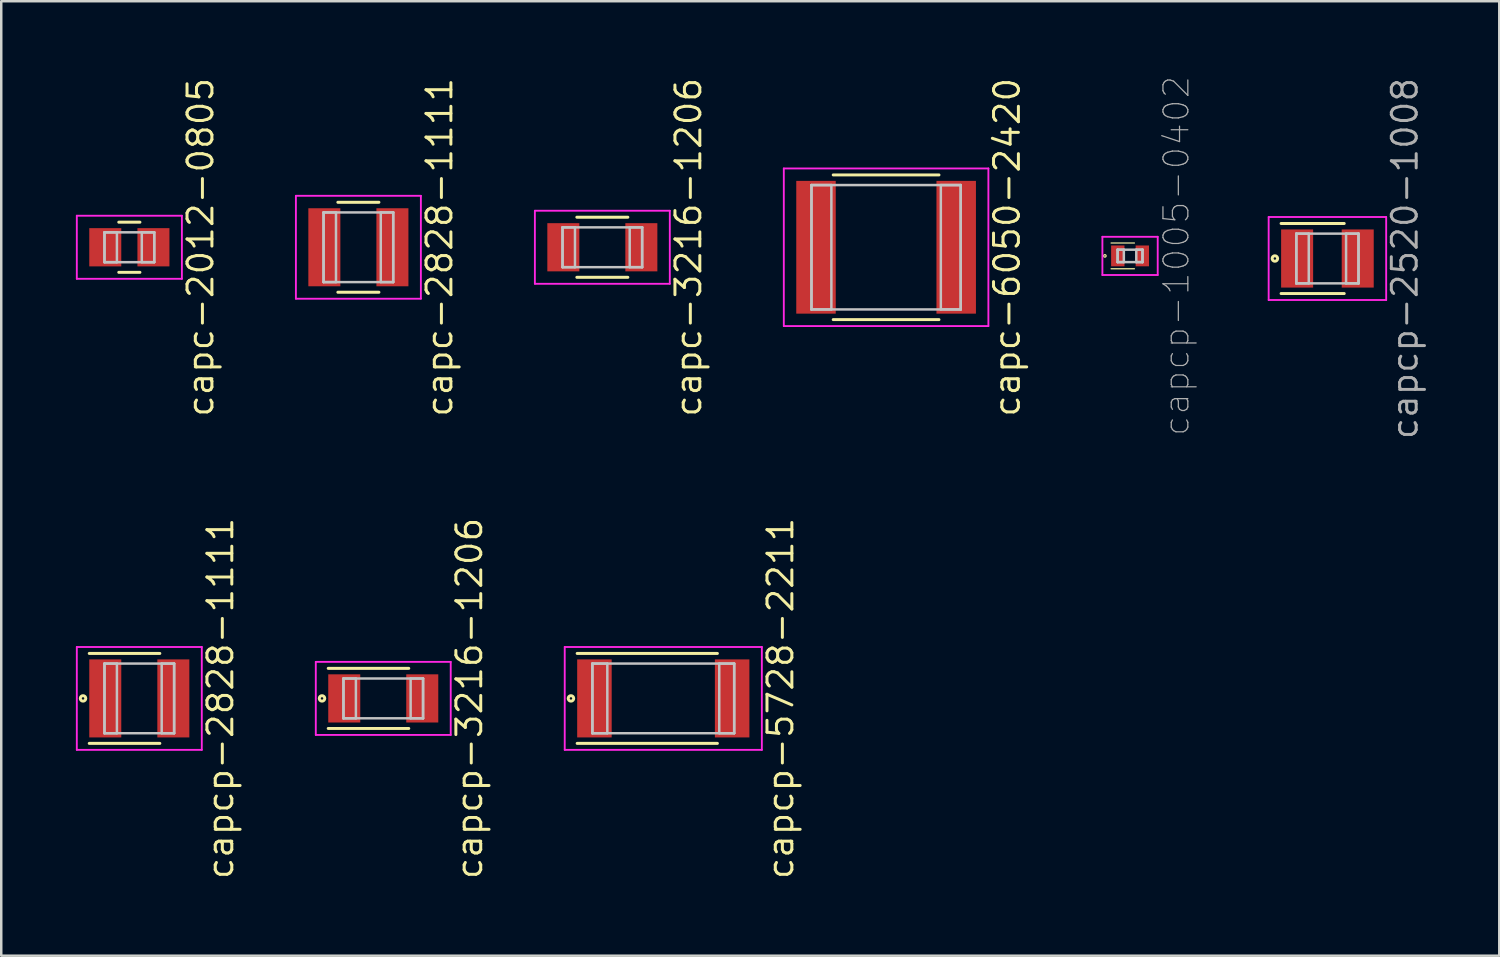
<source format=kicad_pcb>
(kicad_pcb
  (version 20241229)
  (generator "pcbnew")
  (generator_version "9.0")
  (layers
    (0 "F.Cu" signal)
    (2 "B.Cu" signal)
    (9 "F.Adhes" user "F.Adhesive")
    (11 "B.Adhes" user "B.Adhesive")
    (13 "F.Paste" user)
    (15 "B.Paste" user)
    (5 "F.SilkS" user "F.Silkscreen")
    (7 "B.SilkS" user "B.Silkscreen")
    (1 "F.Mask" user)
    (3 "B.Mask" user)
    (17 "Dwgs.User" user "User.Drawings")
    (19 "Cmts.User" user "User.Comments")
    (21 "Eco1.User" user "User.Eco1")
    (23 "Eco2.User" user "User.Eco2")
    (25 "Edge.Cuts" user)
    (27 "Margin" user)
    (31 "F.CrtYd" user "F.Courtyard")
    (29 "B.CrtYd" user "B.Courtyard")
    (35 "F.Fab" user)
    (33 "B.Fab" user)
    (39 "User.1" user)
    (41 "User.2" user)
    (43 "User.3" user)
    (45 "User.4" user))
  (footprint "capc-2012-0805"
    (layer "F.Cu")
    (at 2.15 6.89)
    (property "Reference" "capc-2012-0805" (at 2.862 0 90) (layer "F.SilkS") (effects (font (size 1 1) (thickness 0.12))))
    (attr through_hole)
    (fp_line (start -0.425 -1.008) (end 0.425 -1.008) (stroke (width 0.12) (type solid)) (layer "F.SilkS"))
    (fp_line (start -0.425 1.008) (end 0.425 1.008) (stroke (width 0.12) (type solid)) (layer "F.SilkS"))
    (fp_line (start -1 -0.6) (end -1 0.6) (stroke (width 0.1) (type solid)) (layer "Dwgs.User"))
    (fp_line (start -1 -0.6) (end -1 0.6) (stroke (width 0.1) (type solid)) (layer "Dwgs.User"))
    (fp_line (start -1 0.6) (end -0.5 0.6) (stroke (width 0.1) (type solid)) (layer "Dwgs.User"))
    (fp_line (start -1 0.6) (end 1 0.6) (stroke (width 0.1) (type solid)) (layer "Dwgs.User"))
    (fp_line (start -0.5 -0.6) (end -1 -0.6) (stroke (width 0.1) (type solid)) (layer "Dwgs.User"))
    (fp_line (start -0.5 0.6) (end -0.5 -0.6) (stroke (width 0.1) (type solid)) (layer "Dwgs.User"))
    (fp_line (start 0.5 -0.6) (end 0.5 0.6) (stroke (width 0.1) (type solid)) (layer "Dwgs.User"))
    (fp_line (start 0.5 0.6) (end 1 0.6) (stroke (width 0.1) (type solid)) (layer "Dwgs.User"))
    (fp_line (start 1 -0.6) (end -1 -0.6) (stroke (width 0.1) (type solid)) (layer "Dwgs.User"))
    (fp_line (start 1 -0.6) (end 0.5 -0.6) (stroke (width 0.1) (type solid)) (layer "Dwgs.User"))
    (fp_line (start 1 0.6) (end 1 -0.6) (stroke (width 0.1) (type solid)) (layer "Dwgs.User"))
    (fp_line (start 1 0.6) (end 1 -0.6) (stroke (width 0.1) (type solid)) (layer "Dwgs.User"))
    (fp_line (start -2.112 -1.268) (end -2.112 1.268) (stroke (width 0.075) (type solid)) (layer "F.CrtYd"))
    (fp_line (start -2.112 1.268) (end 2.112 1.268) (stroke (width 0.075) (type solid)) (layer "F.CrtYd"))
    (fp_line (start 2.112 -1.268) (end -2.112 -1.268) (stroke (width 0.075) (type solid)) (layer "F.CrtYd"))
    (fp_line (start 2.112 1.268) (end 2.112 -1.268) (stroke (width 0.075) (type solid)) (layer "F.CrtYd"))
    (pad "1" smd rect (at -0.968 0) (size 1.287 1.537) (layers "F.Cu" "F.Mask" "F.Paste"))
    (pad "2" smd rect (at 0.968 0) (size 1.287 1.537) (layers "F.Cu" "F.Mask" "F.Paste")))
  (footprint "capc-3216-1206"
    (layer "F.Cu")
    (at 21.164 6.89)
    (property "Reference" "capc-3216-1206" (at 3.462 0 90) (layer "F.SilkS") (effects (font (size 1 1) (thickness 0.12))))
    (attr through_hole)
    (fp_line (start -1.025 -1.208) (end 1.025 -1.208) (stroke (width 0.12) (type solid)) (layer "F.SilkS"))
    (fp_line (start -1.025 1.208) (end 1.025 1.208) (stroke (width 0.12) (type solid)) (layer "F.SilkS"))
    (fp_line (start -1.6 -0.8) (end -1.6 0.8) (stroke (width 0.1) (type solid)) (layer "Dwgs.User"))
    (fp_line (start -1.6 -0.8) (end -1.6 0.8) (stroke (width 0.1) (type solid)) (layer "Dwgs.User"))
    (fp_line (start -1.6 0.8) (end -1.1 0.8) (stroke (width 0.1) (type solid)) (layer "Dwgs.User"))
    (fp_line (start -1.6 0.8) (end 1.6 0.8) (stroke (width 0.1) (type solid)) (layer "Dwgs.User"))
    (fp_line (start -1.1 -0.8) (end -1.6 -0.8) (stroke (width 0.1) (type solid)) (layer "Dwgs.User"))
    (fp_line (start -1.1 0.8) (end -1.1 -0.8) (stroke (width 0.1) (type solid)) (layer "Dwgs.User"))
    (fp_line (start 1.1 -0.8) (end 1.1 0.8) (stroke (width 0.1) (type solid)) (layer "Dwgs.User"))
    (fp_line (start 1.1 0.8) (end 1.6 0.8) (stroke (width 0.1) (type solid)) (layer "Dwgs.User"))
    (fp_line (start 1.6 -0.8) (end -1.6 -0.8) (stroke (width 0.1) (type solid)) (layer "Dwgs.User"))
    (fp_line (start 1.6 -0.8) (end 1.1 -0.8) (stroke (width 0.1) (type solid)) (layer "Dwgs.User"))
    (fp_line (start 1.6 0.8) (end 1.6 -0.8) (stroke (width 0.1) (type solid)) (layer "Dwgs.User"))
    (fp_line (start 1.6 0.8) (end 1.6 -0.8) (stroke (width 0.1) (type solid)) (layer "Dwgs.User"))
    (fp_line (start -2.712 -1.468) (end -2.712 1.468) (stroke (width 0.075) (type solid)) (layer "F.CrtYd"))
    (fp_line (start -2.712 1.468) (end 2.712 1.468) (stroke (width 0.075) (type solid)) (layer "F.CrtYd"))
    (fp_line (start 2.712 -1.468) (end -2.712 -1.468) (stroke (width 0.075) (type solid)) (layer "F.CrtYd"))
    (fp_line (start 2.712 1.468) (end 2.712 -1.468) (stroke (width 0.075) (type solid)) (layer "F.CrtYd"))
    (pad "1" smd rect (at -1.568 0) (size 1.287 1.937) (layers "F.Cu" "F.Mask" "F.Paste"))
    (pad "2" smd rect (at 1.568 0) (size 1.287 1.937) (layers "F.Cu" "F.Mask" "F.Paste")))
  (footprint "capc-2828-1111"
    (layer "F.Cu")
    (at 11.357 6.89)
    (property "Reference" "capc-2828-1111" (at 3.262 0 90) (layer "F.SilkS") (effects (font (size 1 1) (thickness 0.12))))
    (attr through_hole)
    (fp_line (start -0.825 -1.808) (end 0.825 -1.808) (stroke (width 0.12) (type solid)) (layer "F.SilkS"))
    (fp_line (start -0.825 1.808) (end 0.825 1.808) (stroke (width 0.12) (type solid)) (layer "F.SilkS"))
    (fp_line (start -1.4 -1.4) (end -1.4 1.4) (stroke (width 0.1) (type solid)) (layer "Dwgs.User"))
    (fp_line (start -1.4 -1.4) (end -1.4 1.4) (stroke (width 0.1) (type solid)) (layer "Dwgs.User"))
    (fp_line (start -1.4 1.4) (end -0.9 1.4) (stroke (width 0.1) (type solid)) (layer "Dwgs.User"))
    (fp_line (start -1.4 1.4) (end 1.4 1.4) (stroke (width 0.1) (type solid)) (layer "Dwgs.User"))
    (fp_line (start -0.9 -1.4) (end -1.4 -1.4) (stroke (width 0.1) (type solid)) (layer "Dwgs.User"))
    (fp_line (start -0.9 1.4) (end -0.9 -1.4) (stroke (width 0.1) (type solid)) (layer "Dwgs.User"))
    (fp_line (start 0.9 -1.4) (end 0.9 1.4) (stroke (width 0.1) (type solid)) (layer "Dwgs.User"))
    (fp_line (start 0.9 1.4) (end 1.4 1.4) (stroke (width 0.1) (type solid)) (layer "Dwgs.User"))
    (fp_line (start 1.4 -1.4) (end -1.4 -1.4) (stroke (width 0.1) (type solid)) (layer "Dwgs.User"))
    (fp_line (start 1.4 -1.4) (end 0.9 -1.4) (stroke (width 0.1) (type solid)) (layer "Dwgs.User"))
    (fp_line (start 1.4 1.4) (end 1.4 -1.4) (stroke (width 0.1) (type solid)) (layer "Dwgs.User"))
    (fp_line (start 1.4 1.4) (end 1.4 -1.4) (stroke (width 0.1) (type solid)) (layer "Dwgs.User"))
    (fp_line (start -2.512 -2.068) (end -2.512 2.068) (stroke (width 0.075) (type solid)) (layer "F.CrtYd"))
    (fp_line (start -2.512 2.068) (end 2.512 2.068) (stroke (width 0.075) (type solid)) (layer "F.CrtYd"))
    (fp_line (start 2.512 -2.068) (end -2.512 -2.068) (stroke (width 0.075) (type solid)) (layer "F.CrtYd"))
    (fp_line (start 2.512 2.068) (end 2.512 -2.068) (stroke (width 0.075) (type solid)) (layer "F.CrtYd"))
    (pad "1" smd rect (at -1.368 0) (size 1.287 3.137) (layers "F.Cu" "F.Mask" "F.Paste"))
    (pad "2" smd rect (at 1.368 0) (size 1.287 3.137) (layers "F.Cu" "F.Mask" "F.Paste")))
  (footprint "capcp-5728-2211"
    (layer "F.Cu")
    (at 23.614 25.026)
    (property "Reference" "capcp-5728-2211" (at 4.712 0 90) (layer "F.SilkS") (effects (font (size 1 1) (thickness 0.12))))
    (attr through_hole)
    (fp_line (start -3.462 -1.808) (end 2.175 -1.808) (stroke (width 0.12) (type solid)) (layer "F.SilkS"))
    (fp_line (start -3.462 1.808) (end 2.175 1.808) (stroke (width 0.12) (type solid)) (layer "F.SilkS"))
    (fp_circle (center -3.712 0) (end -3.662 0) (stroke (width 0.12) (type solid)) (fill no) (layer "F.SilkS"))
    (fp_line (start -2.85 -1.4) (end -2.85 1.4) (stroke (width 0.1) (type solid)) (layer "Dwgs.User"))
    (fp_line (start -2.85 -1.4) (end -2.85 1.4) (stroke (width 0.1) (type solid)) (layer "Dwgs.User"))
    (fp_line (start -2.85 1.4) (end -2.25 1.4) (stroke (width 0.1) (type solid)) (layer "Dwgs.User"))
    (fp_line (start -2.85 1.4) (end 2.85 1.4) (stroke (width 0.1) (type solid)) (layer "Dwgs.User"))
    (fp_line (start -2.25 -1.4) (end -2.85 -1.4) (stroke (width 0.1) (type solid)) (layer "Dwgs.User"))
    (fp_line (start -2.25 1.4) (end -2.25 -1.4) (stroke (width 0.1) (type solid)) (layer "Dwgs.User"))
    (fp_line (start 2.25 -1.4) (end 2.25 1.4) (stroke (width 0.1) (type solid)) (layer "Dwgs.User"))
    (fp_line (start 2.25 1.4) (end 2.85 1.4) (stroke (width 0.1) (type solid)) (layer "Dwgs.User"))
    (fp_line (start 2.85 -1.4) (end -2.85 -1.4) (stroke (width 0.1) (type solid)) (layer "Dwgs.User"))
    (fp_line (start 2.85 -1.4) (end 2.25 -1.4) (stroke (width 0.1) (type solid)) (layer "Dwgs.User"))
    (fp_line (start 2.85 1.4) (end 2.85 -1.4) (stroke (width 0.1) (type solid)) (layer "Dwgs.User"))
    (fp_line (start 2.85 1.4) (end 2.85 -1.4) (stroke (width 0.1) (type solid)) (layer "Dwgs.User"))
    (fp_line (start -3.962 -2.068) (end -3.962 2.068) (stroke (width 0.075) (type solid)) (layer "F.CrtYd"))
    (fp_line (start -3.962 2.068) (end 3.962 2.068) (stroke (width 0.075) (type solid)) (layer "F.CrtYd"))
    (fp_line (start 3.962 -2.068) (end -3.962 -2.068) (stroke (width 0.075) (type solid)) (layer "F.CrtYd"))
    (fp_line (start 3.962 2.068) (end 3.962 -2.068) (stroke (width 0.075) (type solid)) (layer "F.CrtYd"))
    (pad "1" smd rect (at -2.768 0) (size 1.387 3.137) (layers "F.Cu" "F.Mask" "F.Paste"))
    (pad "2" smd rect (at 2.768 0) (size 1.387 3.137) (layers "F.Cu" "F.Mask" "F.Paste")))
  (footprint "capcp-2520-1008"
    (layer "F.Cu")
    (at 50.312 7.342)
    (property "Reference" "capcp-2520-1008" (at 3.112 0 90) (layer "F.Fab") (effects (font (size 1 1) (thickness 0.12))))
    (attr through_hole)
    (fp_line (start -1.862 -1.408) (end 0.675 -1.408) (stroke (width 0.12) (type solid)) (layer "F.SilkS"))
    (fp_line (start -1.862 1.408) (end 0.675 1.408) (stroke (width 0.12) (type solid)) (layer "F.SilkS"))
    (fp_circle (center -2.112 0) (end -2.062 0) (stroke (width 0.12) (type solid)) (fill no) (layer "F.SilkS"))
    (fp_line (start -1.25 -1) (end -1.25 1) (stroke (width 0.1) (type solid)) (layer "Dwgs.User"))
    (fp_line (start -1.25 -1) (end -1.25 1) (stroke (width 0.1) (type solid)) (layer "Dwgs.User"))
    (fp_line (start -1.25 1) (end -0.75 1) (stroke (width 0.1) (type solid)) (layer "Dwgs.User"))
    (fp_line (start -1.25 1) (end 1.25 1) (stroke (width 0.1) (type solid)) (layer "Dwgs.User"))
    (fp_line (start -0.75 -1) (end -1.25 -1) (stroke (width 0.1) (type solid)) (layer "Dwgs.User"))
    (fp_line (start -0.75 1) (end -0.75 -1) (stroke (width 0.1) (type solid)) (layer "Dwgs.User"))
    (fp_line (start 0.75 -1) (end 0.75 1) (stroke (width 0.1) (type solid)) (layer "Dwgs.User"))
    (fp_line (start 0.75 1) (end 1.25 1) (stroke (width 0.1) (type solid)) (layer "Dwgs.User"))
    (fp_line (start 1.25 -1) (end -1.25 -1) (stroke (width 0.1) (type solid)) (layer "Dwgs.User"))
    (fp_line (start 1.25 -1) (end 0.75 -1) (stroke (width 0.1) (type solid)) (layer "Dwgs.User"))
    (fp_line (start 1.25 1) (end 1.25 -1) (stroke (width 0.1) (type solid)) (layer "Dwgs.User"))
    (fp_line (start 1.25 1) (end 1.25 -1) (stroke (width 0.1) (type solid)) (layer "Dwgs.User"))
    (fp_line (start -2.362 -1.668) (end -2.362 1.668) (stroke (width 0.075) (type solid)) (layer "F.CrtYd"))
    (fp_line (start -2.362 1.668) (end 2.362 1.668) (stroke (width 0.075) (type solid)) (layer "F.CrtYd"))
    (fp_line (start 2.362 -1.668) (end -2.362 -1.668) (stroke (width 0.075) (type solid)) (layer "F.CrtYd"))
    (fp_line (start 2.362 1.668) (end 2.362 -1.668) (stroke (width 0.075) (type solid)) (layer "F.CrtYd"))
    (pad "1" smd rect (at -1.218 0) (size 1.287 2.337) (layers "F.Cu" "F.Mask" "F.Paste"))
    (pad "2" smd rect (at 1.218 0) (size 1.287 2.337) (layers "F.Cu" "F.Mask" "F.Paste")))
  (footprint "capcp-1005-0402"
    (layer "F.Cu")
    (at 42.378 7.237)
    (property "Reference" "capcp-1005-0402" (at 1.862 0 90) (layer "F.Fab") (effects (font (size 1 1) (thickness 0.05))))
    (attr through_hole)
    (fp_line (start -0.762 -0.518) (end 0.175 -0.518) (stroke (width 0.05) (type solid)) (layer "F.SilkS"))
    (fp_line (start -0.762 0.518) (end 0.175 0.518) (stroke (width 0.05) (type solid)) (layer "F.SilkS"))
    (fp_circle (center -1.012 0) (end -0.962 0) (stroke (width 0.05) (type solid)) (fill no) (layer "F.SilkS"))
    (fp_line (start -0.5 -0.25) (end -0.5 0.25) (stroke (width 0.1) (type solid)) (layer "Dwgs.User"))
    (fp_line (start -0.5 -0.25) (end -0.5 0.25) (stroke (width 0.1) (type solid)) (layer "Dwgs.User"))
    (fp_line (start -0.5 0.25) (end -0.25 0.25) (stroke (width 0.1) (type solid)) (layer "Dwgs.User"))
    (fp_line (start -0.5 0.25) (end 0.5 0.25) (stroke (width 0.1) (type solid)) (layer "Dwgs.User"))
    (fp_line (start -0.25 -0.25) (end -0.5 -0.25) (stroke (width 0.1) (type solid)) (layer "Dwgs.User"))
    (fp_line (start -0.25 0.25) (end -0.25 -0.25) (stroke (width 0.1) (type solid)) (layer "Dwgs.User"))
    (fp_line (start 0.25 -0.25) (end 0.25 0.25) (stroke (width 0.1) (type solid)) (layer "Dwgs.User"))
    (fp_line (start 0.25 0.25) (end 0.5 0.25) (stroke (width 0.1) (type solid)) (layer "Dwgs.User"))
    (fp_line (start 0.5 -0.25) (end -0.5 -0.25) (stroke (width 0.1) (type solid)) (layer "Dwgs.User"))
    (fp_line (start 0.5 -0.25) (end 0.25 -0.25) (stroke (width 0.1) (type solid)) (layer "Dwgs.User"))
    (fp_line (start 0.5 0.25) (end 0.5 -0.25) (stroke (width 0.1) (type solid)) (layer "Dwgs.User"))
    (fp_line (start 0.5 0.25) (end 0.5 -0.25) (stroke (width 0.1) (type solid)) (layer "Dwgs.User"))
    (fp_line (start -1.112 -0.768) (end -1.112 0.768) (stroke (width 0.075) (type solid)) (layer "F.CrtYd"))
    (fp_line (start -1.112 0.768) (end 1.112 0.768) (stroke (width 0.075) (type solid)) (layer "F.CrtYd"))
    (fp_line (start 1.112 -0.768) (end -1.112 -0.768) (stroke (width 0.075) (type solid)) (layer "F.CrtYd"))
    (fp_line (start 1.112 0.768) (end 1.112 -0.768) (stroke (width 0.075) (type solid)) (layer "F.CrtYd"))
    (pad "1" smd rect (at -0.493 0) (size 0.537 0.837) (layers "F.Cu" "F.Mask" "F.Paste"))
    (pad "2" smd rect (at 0.493 0) (size 0.537 0.837) (layers "F.Cu" "F.Mask" "F.Paste")))
  (footprint "capc-6050-2420"
    (layer "F.Cu")
    (at 32.571 6.89)
    (property "Reference" "capc-6050-2420" (at 4.862 0 90) (layer "F.SilkS") (effects (font (size 1 1) (thickness 0.12))))
    (attr through_hole)
    (fp_line (start -2.125 -2.908) (end 2.125 -2.908) (stroke (width 0.12) (type solid)) (layer "F.SilkS"))
    (fp_line (start -2.125 2.908) (end 2.125 2.908) (stroke (width 0.12) (type solid)) (layer "F.SilkS"))
    (fp_line (start -3 -2.5) (end -3 2.5) (stroke (width 0.1) (type solid)) (layer "Dwgs.User"))
    (fp_line (start -3 -2.5) (end -3 2.5) (stroke (width 0.1) (type solid)) (layer "Dwgs.User"))
    (fp_line (start -3 2.5) (end -2.2 2.5) (stroke (width 0.1) (type solid)) (layer "Dwgs.User"))
    (fp_line (start -3 2.5) (end 3 2.5) (stroke (width 0.1) (type solid)) (layer "Dwgs.User"))
    (fp_line (start -2.2 -2.5) (end -3 -2.5) (stroke (width 0.1) (type solid)) (layer "Dwgs.User"))
    (fp_line (start -2.2 2.5) (end -2.2 -2.5) (stroke (width 0.1) (type solid)) (layer "Dwgs.User"))
    (fp_line (start 2.2 -2.5) (end 2.2 2.5) (stroke (width 0.1) (type solid)) (layer "Dwgs.User"))
    (fp_line (start 2.2 2.5) (end 3 2.5) (stroke (width 0.1) (type solid)) (layer "Dwgs.User"))
    (fp_line (start 3 -2.5) (end -3 -2.5) (stroke (width 0.1) (type solid)) (layer "Dwgs.User"))
    (fp_line (start 3 -2.5) (end 2.2 -2.5) (stroke (width 0.1) (type solid)) (layer "Dwgs.User"))
    (fp_line (start 3 2.5) (end 3 -2.5) (stroke (width 0.1) (type solid)) (layer "Dwgs.User"))
    (fp_line (start 3 2.5) (end 3 -2.5) (stroke (width 0.1) (type solid)) (layer "Dwgs.User"))
    (fp_line (start -4.112 -3.168) (end -4.112 3.168) (stroke (width 0.075) (type solid)) (layer "F.CrtYd"))
    (fp_line (start -4.112 3.168) (end 4.112 3.168) (stroke (width 0.075) (type solid)) (layer "F.CrtYd"))
    (fp_line (start 4.112 -3.168) (end -4.112 -3.168) (stroke (width 0.075) (type solid)) (layer "F.CrtYd"))
    (fp_line (start 4.112 3.168) (end 4.112 -3.168) (stroke (width 0.075) (type solid)) (layer "F.CrtYd"))
    (pad "1" smd rect (at -2.818 0) (size 1.587 5.337) (layers "F.Cu" "F.Mask" "F.Paste"))
    (pad "2" smd rect (at 2.818 0) (size 1.587 5.337) (layers "F.Cu" "F.Mask" "F.Paste")))
  (footprint "capcp-2828-1111"
    (layer "F.Cu")
    (at 2.55 25.026)
    (property "Reference" "capcp-2828-1111" (at 3.262 0 90) (layer "F.SilkS") (effects (font (size 1 1) (thickness 0.12))))
    (attr through_hole)
    (fp_line (start -2.012 -1.808) (end 0.825 -1.808) (stroke (width 0.12) (type solid)) (layer "F.SilkS"))
    (fp_line (start -2.012 1.808) (end 0.825 1.808) (stroke (width 0.12) (type solid)) (layer "F.SilkS"))
    (fp_circle (center -2.262 0) (end -2.212 0) (stroke (width 0.12) (type solid)) (fill no) (layer "F.SilkS"))
    (fp_line (start -1.4 -1.4) (end -1.4 1.4) (stroke (width 0.1) (type solid)) (layer "Dwgs.User"))
    (fp_line (start -1.4 -1.4) (end -1.4 1.4) (stroke (width 0.1) (type solid)) (layer "Dwgs.User"))
    (fp_line (start -1.4 1.4) (end -0.9 1.4) (stroke (width 0.1) (type solid)) (layer "Dwgs.User"))
    (fp_line (start -1.4 1.4) (end 1.4 1.4) (stroke (width 0.1) (type solid)) (layer "Dwgs.User"))
    (fp_line (start -0.9 -1.4) (end -1.4 -1.4) (stroke (width 0.1) (type solid)) (layer "Dwgs.User"))
    (fp_line (start -0.9 1.4) (end -0.9 -1.4) (stroke (width 0.1) (type solid)) (layer "Dwgs.User"))
    (fp_line (start 0.9 -1.4) (end 0.9 1.4) (stroke (width 0.1) (type solid)) (layer "Dwgs.User"))
    (fp_line (start 0.9 1.4) (end 1.4 1.4) (stroke (width 0.1) (type solid)) (layer "Dwgs.User"))
    (fp_line (start 1.4 -1.4) (end -1.4 -1.4) (stroke (width 0.1) (type solid)) (layer "Dwgs.User"))
    (fp_line (start 1.4 -1.4) (end 0.9 -1.4) (stroke (width 0.1) (type solid)) (layer "Dwgs.User"))
    (fp_line (start 1.4 1.4) (end 1.4 -1.4) (stroke (width 0.1) (type solid)) (layer "Dwgs.User"))
    (fp_line (start 1.4 1.4) (end 1.4 -1.4) (stroke (width 0.1) (type solid)) (layer "Dwgs.User"))
    (fp_line (start -2.512 -2.068) (end -2.512 2.068) (stroke (width 0.075) (type solid)) (layer "F.CrtYd"))
    (fp_line (start -2.512 2.068) (end 2.512 2.068) (stroke (width 0.075) (type solid)) (layer "F.CrtYd"))
    (fp_line (start 2.512 -2.068) (end -2.512 -2.068) (stroke (width 0.075) (type solid)) (layer "F.CrtYd"))
    (fp_line (start 2.512 2.068) (end 2.512 -2.068) (stroke (width 0.075) (type solid)) (layer "F.CrtYd"))
    (pad "1" smd rect (at -1.368 0) (size 1.287 3.137) (layers "F.Cu" "F.Mask" "F.Paste"))
    (pad "2" smd rect (at 1.368 0) (size 1.287 3.137) (layers "F.Cu" "F.Mask" "F.Paste")))
  (footprint "capcp-3216-1206"
    (layer "F.Cu")
    (at 12.357 25.026)
    (property "Reference" "capcp-3216-1206" (at 3.462 0 90) (layer "F.SilkS") (effects (font (size 1 1) (thickness 0.12))))
    (attr through_hole)
    (fp_line (start -2.212 -1.208) (end 1.025 -1.208) (stroke (width 0.12) (type solid)) (layer "F.SilkS"))
    (fp_line (start -2.212 1.208) (end 1.025 1.208) (stroke (width 0.12) (type solid)) (layer "F.SilkS"))
    (fp_circle (center -2.462 0) (end -2.412 0) (stroke (width 0.12) (type solid)) (fill no) (layer "F.SilkS"))
    (fp_line (start -1.6 -0.8) (end -1.6 0.8) (stroke (width 0.1) (type solid)) (layer "Dwgs.User"))
    (fp_line (start -1.6 -0.8) (end -1.6 0.8) (stroke (width 0.1) (type solid)) (layer "Dwgs.User"))
    (fp_line (start -1.6 0.8) (end -1.1 0.8) (stroke (width 0.1) (type solid)) (layer "Dwgs.User"))
    (fp_line (start -1.6 0.8) (end 1.6 0.8) (stroke (width 0.1) (type solid)) (layer "Dwgs.User"))
    (fp_line (start -1.1 -0.8) (end -1.6 -0.8) (stroke (width 0.1) (type solid)) (layer "Dwgs.User"))
    (fp_line (start -1.1 0.8) (end -1.1 -0.8) (stroke (width 0.1) (type solid)) (layer "Dwgs.User"))
    (fp_line (start 1.1 -0.8) (end 1.1 0.8) (stroke (width 0.1) (type solid)) (layer "Dwgs.User"))
    (fp_line (start 1.1 0.8) (end 1.6 0.8) (stroke (width 0.1) (type solid)) (layer "Dwgs.User"))
    (fp_line (start 1.6 -0.8) (end -1.6 -0.8) (stroke (width 0.1) (type solid)) (layer "Dwgs.User"))
    (fp_line (start 1.6 -0.8) (end 1.1 -0.8) (stroke (width 0.1) (type solid)) (layer "Dwgs.User"))
    (fp_line (start 1.6 0.8) (end 1.6 -0.8) (stroke (width 0.1) (type solid)) (layer "Dwgs.User"))
    (fp_line (start 1.6 0.8) (end 1.6 -0.8) (stroke (width 0.1) (type solid)) (layer "Dwgs.User"))
    (fp_line (start -2.712 -1.468) (end -2.712 1.468) (stroke (width 0.075) (type solid)) (layer "F.CrtYd"))
    (fp_line (start -2.712 1.468) (end 2.712 1.468) (stroke (width 0.075) (type solid)) (layer "F.CrtYd"))
    (fp_line (start 2.712 -1.468) (end -2.712 -1.468) (stroke (width 0.075) (type solid)) (layer "F.CrtYd"))
    (fp_line (start 2.712 1.468) (end 2.712 -1.468) (stroke (width 0.075) (type solid)) (layer "F.CrtYd"))
    (pad "1" smd rect (at -1.568 0) (size 1.287 1.937) (layers "F.Cu" "F.Mask" "F.Paste"))
    (pad "2" smd rect (at 1.568 0) (size 1.287 1.937) (layers "F.Cu" "F.Mask" "F.Paste")))
  (gr_rect
    (start -3 -3)
    (end 57.22 35.368)
    (stroke (width 0.1) (type default))
    (fill no)
    (layer "Edge.Cuts")))
</source>
